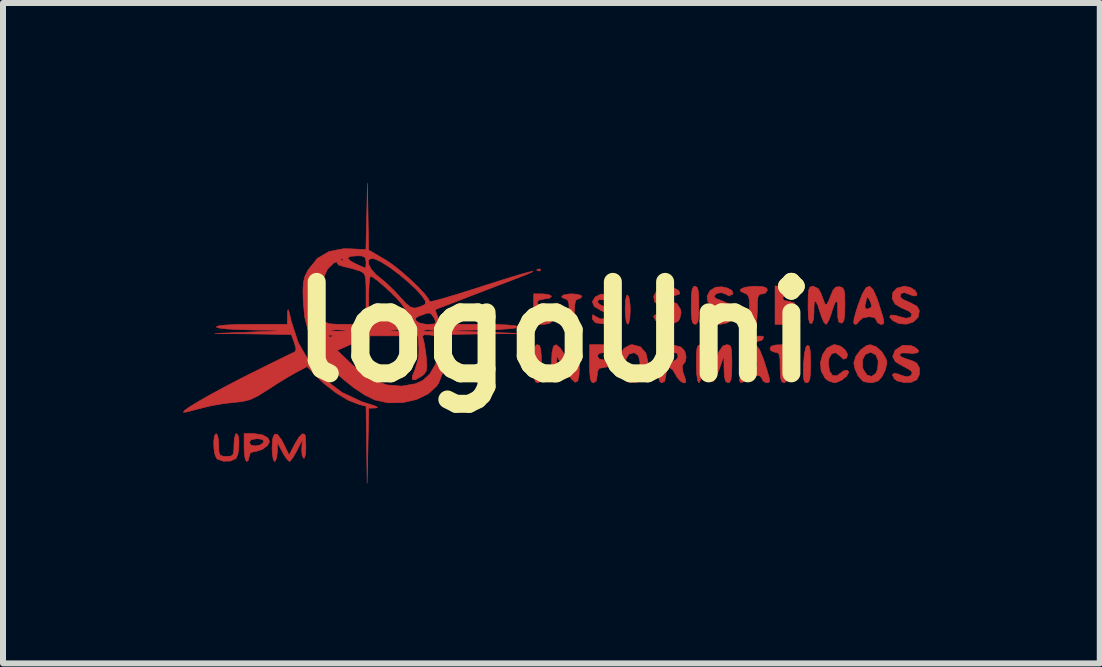
<source format=kicad_pcb>
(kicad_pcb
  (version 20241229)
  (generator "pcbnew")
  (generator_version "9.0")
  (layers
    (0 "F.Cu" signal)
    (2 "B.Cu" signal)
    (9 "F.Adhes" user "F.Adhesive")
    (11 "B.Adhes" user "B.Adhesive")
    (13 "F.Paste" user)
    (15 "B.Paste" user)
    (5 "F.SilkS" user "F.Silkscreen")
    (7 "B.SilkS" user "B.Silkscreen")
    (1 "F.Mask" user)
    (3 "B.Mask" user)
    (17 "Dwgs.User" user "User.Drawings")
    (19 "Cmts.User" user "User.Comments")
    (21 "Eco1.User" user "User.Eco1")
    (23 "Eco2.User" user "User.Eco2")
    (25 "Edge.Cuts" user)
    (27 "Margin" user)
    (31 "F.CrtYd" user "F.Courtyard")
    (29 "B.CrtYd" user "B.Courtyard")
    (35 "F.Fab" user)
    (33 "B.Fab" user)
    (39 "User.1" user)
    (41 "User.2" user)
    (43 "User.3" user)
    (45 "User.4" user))
  (footprint "logoUni"
    (layer "F.Cu")
    (at 6.183 2.482)
    (property "Reference" "logoUni" (at 0 0 0) (layer "F.SilkS") (effects (font (size 1.524 1.524) (thickness 0.3))))
    (attr through_hole)
    (fp_poly (pts (xy -0.226 -1.044) (xy -0.232 -1.019) (xy -0.254 -1.016) (xy -0.289 -1.031) (xy -0.282 -1.044) (xy -0.232 -1.049) (xy -0.226 -1.044)) (stroke (width 0.01) (type solid)) (fill yes) (layer "F.Cu"))
    (fp_poly (pts (xy 3.477 0.072) (xy 3.492 0.084) (xy 3.478 0.125) (xy 3.446 0.144) (xy 3.344 0.168) (xy 3.303 0.14) (xy 3.302 0.132) (xy 3.337 0.092) (xy 3.41 0.068) (xy 3.477 0.072)) (stroke (width 0.01) (type solid)) (fill yes) (layer "F.Cu"))
    (fp_poly (pts (xy 1.251 -0.56) (xy 1.267 -0.45) (xy 1.27 -0.357) (xy 1.263 -0.231) (xy 1.245 -0.147) (xy 1.228 -0.127) (xy 1.205 -0.166) (xy 1.19 -0.267) (xy 1.185 -0.383) (xy 1.192 -0.529) (xy 1.209 -0.606) (xy 1.228 -0.614) (xy 1.251 -0.56)) (stroke (width 0.01) (type solid)) (fill yes) (layer "F.Cu"))
    (fp_poly (pts (xy 4.251 0.237) (xy 4.268 0.31) (xy 4.275 0.453) (xy 4.276 0.526) (xy 4.273 0.693) (xy 4.261 0.792) (xy 4.238 0.838) (xy 4.21 0.847) (xy 4.176 0.833) (xy 4.158 0.78) (xy 4.154 0.672) (xy 4.157 0.543) (xy 4.172 0.361) (xy 4.198 0.251) (xy 4.223 0.222) (xy 4.251 0.237)) (stroke (width 0.01) (type solid)) (fill yes) (layer "F.Cu"))
    (fp_poly (pts (xy -0.242 0.228) (xy -0.222 0.288) (xy -0.213 0.407) (xy -0.212 0.529) (xy -0.215 0.697) (xy -0.227 0.795) (xy -0.251 0.839) (xy -0.275 0.847) (xy -0.309 0.83) (xy -0.328 0.77) (xy -0.337 0.651) (xy -0.339 0.529) (xy -0.335 0.362) (xy -0.323 0.263) (xy -0.3 0.219) (xy -0.275 0.212) (xy -0.242 0.228)) (stroke (width 0.01) (type solid)) (fill yes) (layer "F.Cu"))
    (fp_poly (pts (xy 2.383 -0.745) (xy 2.403 -0.685) (xy 2.412 -0.566) (xy 2.413 -0.445) (xy 2.41 -0.277) (xy 2.398 -0.179) (xy 2.374 -0.134) (xy 2.349 -0.127) (xy 2.316 -0.144) (xy 2.296 -0.204) (xy 2.287 -0.323) (xy 2.286 -0.445) (xy 2.289 -0.612) (xy 2.301 -0.71) (xy 2.325 -0.755) (xy 2.349 -0.762) (xy 2.383 -0.745)) (stroke (width 0.01) (type solid)) (fill yes) (layer "F.Cu"))
    (fp_poly (pts (xy 0.402 -0.626) (xy 0.461 -0.602) (xy 0.466 -0.593) (xy 0.431 -0.555) (xy 0.402 -0.55) (xy 0.362 -0.528) (xy 0.343 -0.449) (xy 0.339 -0.339) (xy 0.331 -0.218) (xy 0.312 -0.141) (xy 0.296 -0.127) (xy 0.272 -0.165) (xy 0.257 -0.262) (xy 0.254 -0.339) (xy 0.247 -0.472) (xy 0.224 -0.537) (xy 0.191 -0.55) (xy 0.134 -0.573) (xy 0.127 -0.593) (xy 0.165 -0.619) (xy 0.258 -0.634) (xy 0.296 -0.635) (xy 0.402 -0.626)) (stroke (width 0.01) (type solid)) (fill yes) (layer "F.Cu"))
    (fp_poly (pts (xy 0.909 0.22) (xy 0.966 0.248) (xy 0.974 0.275) (xy 0.936 0.326) (xy 0.847 0.339) (xy 0.746 0.358) (xy 0.72 0.402) (xy 0.756 0.453) (xy 0.826 0.466) (xy 0.911 0.488) (xy 0.931 0.529) (xy 0.895 0.58) (xy 0.826 0.593) (xy 0.75 0.606) (xy 0.722 0.664) (xy 0.72 0.72) (xy 0.701 0.82) (xy 0.656 0.847) (xy 0.623 0.83) (xy 0.603 0.77) (xy 0.594 0.651) (xy 0.593 0.529) (xy 0.593 0.212) (xy 0.783 0.212) (xy 0.909 0.22)) (stroke (width 0.01) (type solid)) (fill yes) (layer "F.Cu"))
    (fp_poly (pts (xy -0.093 -0.624) (xy -0.044 -0.598) (xy -0.042 -0.593) (xy -0.079 -0.562) (xy -0.162 -0.55) (xy -0.258 -0.53) (xy -0.282 -0.487) (xy -0.246 -0.436) (xy -0.183 -0.423) (xy -0.107 -0.408) (xy -0.085 -0.381) (xy -0.121 -0.348) (xy -0.183 -0.339) (xy -0.263 -0.315) (xy -0.282 -0.275) (xy -0.245 -0.225) (xy -0.162 -0.212) (xy -0.076 -0.199) (xy -0.042 -0.169) (xy -0.08 -0.141) (xy -0.171 -0.127) (xy -0.191 -0.127) (xy -0.339 -0.127) (xy -0.339 -0.635) (xy -0.191 -0.635) (xy -0.093 -0.624)) (stroke (width 0.01) (type solid)) (fill yes) (layer "F.Cu"))
    (fp_poly (pts (xy 3.884 -0.754) (xy 4.013 -0.735) (xy 4.076 -0.705) (xy 4.069 -0.673) (xy 3.985 -0.647) (xy 3.948 -0.643) (xy 3.85 -0.615) (xy 3.809 -0.569) (xy 3.83 -0.526) (xy 3.916 -0.508) (xy 4.001 -0.486) (xy 4.022 -0.445) (xy 3.985 -0.393) (xy 3.916 -0.381) (xy 3.829 -0.362) (xy 3.809 -0.318) (xy 3.852 -0.272) (xy 3.944 -0.246) (xy 4.062 -0.221) (xy 4.101 -0.186) (xy 4.068 -0.152) (xy 3.967 -0.13) (xy 3.898 -0.127) (xy 3.683 -0.127) (xy 3.683 -0.767) (xy 3.884 -0.754)) (stroke (width 0.01) (type solid)) (fill yes) (layer "F.Cu"))
    (fp_poly (pts (xy 3.479 -0.755) (xy 3.543 -0.731) (xy 3.556 -0.699) (xy 3.521 -0.647) (xy 3.471 -0.635) (xy 3.424 -0.626) (xy 3.398 -0.585) (xy 3.388 -0.494) (xy 3.387 -0.381) (xy 3.382 -0.234) (xy 3.365 -0.154) (xy 3.331 -0.128) (xy 3.323 -0.127) (xy 3.286 -0.147) (xy 3.266 -0.217) (xy 3.26 -0.353) (xy 3.26 -0.376) (xy 3.256 -0.518) (xy 3.24 -0.598) (xy 3.204 -0.636) (xy 3.171 -0.648) (xy 3.105 -0.68) (xy 3.111 -0.714) (xy 3.178 -0.744) (xy 3.293 -0.76) (xy 3.347 -0.762) (xy 3.479 -0.755)) (stroke (width 0.01) (type solid)) (fill yes) (layer "F.Cu"))
    (fp_poly (pts (xy 3.972 0.217) (xy 4.044 0.237) (xy 4.064 0.275) (xy 4.029 0.327) (xy 3.979 0.339) (xy 3.932 0.348) (xy 3.906 0.389) (xy 3.896 0.48) (xy 3.895 0.593) (xy 3.89 0.74) (xy 3.873 0.819) (xy 3.839 0.846) (xy 3.831 0.847) (xy 3.794 0.827) (xy 3.774 0.758) (xy 3.768 0.623) (xy 3.768 0.593) (xy 3.765 0.451) (xy 3.751 0.374) (xy 3.72 0.343) (xy 3.683 0.339) (xy 3.614 0.312) (xy 3.598 0.275) (xy 3.619 0.237) (xy 3.693 0.217) (xy 3.831 0.212) (xy 3.972 0.217)) (stroke (width 0.01) (type solid)) (fill yes) (layer "F.Cu"))
    (fp_poly (pts (xy -4.864 1.713) (xy -4.77 1.764) (xy -4.741 1.826) (xy -4.777 1.894) (xy -4.862 1.957) (xy -4.961 1.989) (xy -4.977 1.99) (xy -5.059 2.011) (xy -5.08 2.074) (xy -5.098 2.143) (xy -5.122 2.159) (xy -5.146 2.121) (xy -5.161 2.022) (xy -5.165 1.926) (xy -5.165 1.844) (xy -5.08 1.844) (xy -5.047 1.887) (xy -4.972 1.899) (xy -4.89 1.881) (xy -4.838 1.836) (xy -4.836 1.831) (xy -4.858 1.791) (xy -4.949 1.778) (xy -5.05 1.795) (xy -5.08 1.844) (xy -5.165 1.844) (xy -5.165 1.693) (xy -5.004 1.693) (xy -4.864 1.713)) (stroke (width 0.01) (type solid)) (fill yes) (layer "F.Cu"))
    (fp_poly (pts (xy 0.103 0.268) (xy 0.193 0.403) (xy 0.199 0.413) (xy 0.318 0.614) (xy 0.33 0.413) (xy 0.346 0.276) (xy 0.368 0.217) (xy 0.391 0.231) (xy 0.411 0.311) (xy 0.422 0.452) (xy 0.423 0.529) (xy 0.417 0.714) (xy 0.395 0.817) (xy 0.353 0.839) (xy 0.288 0.782) (xy 0.195 0.647) (xy 0.181 0.624) (xy 0.045 0.402) (xy 0.044 0.624) (xy 0.036 0.749) (xy 0.016 0.829) (xy 0 0.847) (xy -0.021 0.807) (xy -0.036 0.701) (xy -0.042 0.544) (xy -0.042 0.529) (xy -0.034 0.342) (xy -0.009 0.236) (xy 0.036 0.212) (xy 0.103 0.268)) (stroke (width 0.01) (type solid)) (fill yes) (layer "F.Cu"))
    (fp_poly (pts (xy 0.89 -0.608) (xy 0.931 -0.572) (xy 0.956 -0.53) (xy 0.923 -0.522) (xy 0.852 -0.534) (xy 0.751 -0.539) (xy 0.719 -0.508) (xy 0.757 -0.46) (xy 0.843 -0.418) (xy 0.957 -0.355) (xy 0.993 -0.277) (xy 0.948 -0.192) (xy 0.835 -0.134) (xy 0.695 -0.152) (xy 0.688 -0.155) (xy 0.641 -0.211) (xy 0.635 -0.245) (xy 0.647 -0.289) (xy 0.686 -0.262) (xy 0.769 -0.219) (xy 0.86 -0.219) (xy 0.909 -0.253) (xy 0.891 -0.293) (xy 0.815 -0.343) (xy 0.785 -0.356) (xy 0.67 -0.426) (xy 0.638 -0.503) (xy 0.686 -0.584) (xy 0.785 -0.632) (xy 0.89 -0.608)) (stroke (width 0.01) (type solid)) (fill yes) (layer "F.Cu"))
    (fp_poly (pts (xy -5.264 1.73) (xy -5.251 1.82) (xy -5.253 1.932) (xy -5.269 2.038) (xy -5.298 2.106) (xy -5.3 2.108) (xy -5.392 2.151) (xy -5.511 2.154) (xy -5.611 2.118) (xy -5.622 2.108) (xy -5.652 2.042) (xy -5.668 1.938) (xy -5.671 1.825) (xy -5.659 1.733) (xy -5.632 1.693) (xy -5.63 1.693) (xy -5.605 1.731) (xy -5.59 1.827) (xy -5.588 1.884) (xy -5.584 2.001) (xy -5.563 2.056) (xy -5.509 2.073) (xy -5.461 2.074) (xy -5.383 2.069) (xy -5.346 2.037) (xy -5.335 1.956) (xy -5.334 1.884) (xy -5.326 1.77) (xy -5.304 1.702) (xy -5.292 1.693) (xy -5.264 1.73)) (stroke (width 0.01) (type solid)) (fill yes) (layer "F.Cu"))
    (fp_poly (pts (xy 4.777 0.238) (xy 4.852 0.3) (xy 4.891 0.374) (xy 4.876 0.433) (xy 4.825 0.455) (xy 4.769 0.404) (xy 4.769 0.404) (xy 4.694 0.345) (xy 4.627 0.361) (xy 4.581 0.441) (xy 4.572 0.523) (xy 4.591 0.652) (xy 4.641 0.725) (xy 4.711 0.731) (xy 4.755 0.7) (xy 4.831 0.646) (xy 4.891 0.639) (xy 4.911 0.671) (xy 4.876 0.736) (xy 4.795 0.802) (xy 4.701 0.843) (xy 4.67 0.847) (xy 4.576 0.817) (xy 4.515 0.769) (xy 4.451 0.649) (xy 4.44 0.51) (xy 4.475 0.376) (xy 4.548 0.269) (xy 4.653 0.214) (xy 4.685 0.212) (xy 4.777 0.238)) (stroke (width 0.01) (type solid)) (fill yes) (layer "F.Cu"))
    (fp_poly (pts (xy 1.44 0.248) (xy 1.53 0.351) (xy 1.566 0.508) (xy 1.566 0.525) (xy 1.538 0.686) (xy 1.464 0.796) (xy 1.359 0.847) (xy 1.238 0.829) (xy 1.143 0.762) (xy 1.078 0.649) (xy 1.07 0.564) (xy 1.194 0.564) (xy 1.221 0.659) (xy 1.279 0.746) (xy 1.341 0.75) (xy 1.395 0.701) (xy 1.426 0.619) (xy 1.432 0.504) (xy 1.432 0.5) (xy 1.407 0.396) (xy 1.348 0.351) (xy 1.324 0.347) (xy 1.246 0.37) (xy 1.199 0.45) (xy 1.194 0.564) (xy 1.07 0.564) (xy 1.065 0.514) (xy 1.097 0.381) (xy 1.167 0.273) (xy 1.268 0.216) (xy 1.305 0.212) (xy 1.44 0.248)) (stroke (width 0.01) (type solid)) (fill yes) (layer "F.Cu"))
    (fp_poly (pts (xy 5.371 0.248) (xy 5.467 0.336) (xy 5.532 0.447) (xy 5.546 0.516) (xy 5.521 0.633) (xy 5.461 0.75) (xy 5.402 0.814) (xy 5.322 0.841) (xy 5.271 0.845) (xy 5.177 0.831) (xy 5.139 0.814) (xy 5.068 0.732) (xy 5.013 0.612) (xy 5.008 0.584) (xy 5.14 0.584) (xy 5.151 0.621) (xy 5.214 0.717) (xy 5.292 0.741) (xy 5.361 0.693) (xy 5.392 0.62) (xy 5.402 0.482) (xy 5.362 0.382) (xy 5.28 0.339) (xy 5.27 0.339) (xy 5.187 0.375) (xy 5.14 0.465) (xy 5.14 0.584) (xy 5.008 0.584) (xy 4.995 0.516) (xy 5.028 0.406) (xy 5.108 0.299) (xy 5.208 0.227) (xy 5.271 0.212) (xy 5.371 0.248)) (stroke (width 0.01) (type solid)) (fill yes) (layer "F.Cu"))
    (fp_poly (pts (xy -4.153 1.709) (xy -4.144 1.746) (xy -4.136 1.914) (xy -4.142 2.037) (xy -4.16 2.101) (xy -4.172 2.106) (xy -4.197 2.061) (xy -4.205 1.966) (xy -4.204 1.947) (xy -4.195 1.799) (xy -4.286 1.979) (xy -4.346 2.085) (xy -4.394 2.149) (xy -4.41 2.159) (xy -4.448 2.125) (xy -4.505 2.04) (xy -4.527 2) (xy -4.611 1.841) (xy -4.612 2) (xy -4.624 2.102) (xy -4.649 2.156) (xy -4.657 2.159) (xy -4.68 2.121) (xy -4.695 2.022) (xy -4.699 1.926) (xy -4.688 1.773) (xy -4.656 1.701) (xy -4.606 1.711) (xy -4.537 1.804) (xy -4.502 1.873) (xy -4.415 2.052) (xy -4.323 1.873) (xy -4.251 1.754) (xy -4.192 1.697) (xy -4.153 1.709)) (stroke (width 0.01) (type solid)) (fill yes) (layer "F.Cu"))
    (fp_poly (pts (xy 5.95 0.228) (xy 6.015 0.256) (xy 6.076 0.307) (xy 6.063 0.344) (xy 5.986 0.359) (xy 5.905 0.352) (xy 5.797 0.349) (xy 5.756 0.377) (xy 5.789 0.418) (xy 5.874 0.45) (xy 5.979 0.485) (xy 6.043 0.519) (xy 6.089 0.601) (xy 6.088 0.709) (xy 6.045 0.796) (xy 5.955 0.837) (xy 5.833 0.843) (xy 5.72 0.816) (xy 5.672 0.782) (xy 5.638 0.714) (xy 5.669 0.686) (xy 5.751 0.706) (xy 5.775 0.718) (xy 5.877 0.748) (xy 5.949 0.726) (xy 5.969 0.675) (xy 5.934 0.635) (xy 5.846 0.586) (xy 5.82 0.574) (xy 5.69 0.497) (xy 5.643 0.41) (xy 5.68 0.312) (xy 5.695 0.295) (xy 5.811 0.221) (xy 5.95 0.228)) (stroke (width 0.01) (type solid)) (fill yes) (layer "F.Cu"))
    (fp_poly (pts (xy 5.937 -0.742) (xy 6.014 -0.694) (xy 6.049 -0.637) (xy 6.037 -0.604) (xy 5.983 -0.601) (xy 5.923 -0.627) (xy 5.837 -0.657) (xy 5.776 -0.639) (xy 5.768 -0.583) (xy 5.814 -0.542) (xy 5.91 -0.498) (xy 5.929 -0.492) (xy 6.049 -0.427) (xy 6.088 -0.355) (xy 6.068 -0.246) (xy 5.989 -0.168) (xy 5.874 -0.13) (xy 5.745 -0.14) (xy 5.649 -0.187) (xy 5.594 -0.246) (xy 5.608 -0.28) (xy 5.68 -0.279) (xy 5.753 -0.256) (xy 5.865 -0.228) (xy 5.941 -0.243) (xy 5.962 -0.295) (xy 5.959 -0.306) (xy 5.912 -0.347) (xy 5.817 -0.391) (xy 5.798 -0.397) (xy 5.684 -0.465) (xy 5.634 -0.558) (xy 5.643 -0.653) (xy 5.711 -0.729) (xy 5.833 -0.762) (xy 5.842 -0.762) (xy 5.937 -0.742)) (stroke (width 0.01) (type solid)) (fill yes) (layer "F.Cu"))
    (fp_poly (pts (xy 3.425 0.294) (xy 3.491 0.456) (xy 3.505 0.5) (xy 3.558 0.667) (xy 3.587 0.77) (xy 3.591 0.823) (xy 3.574 0.843) (xy 3.536 0.847) (xy 3.535 0.847) (xy 3.479 0.813) (xy 3.471 0.783) (xy 3.434 0.733) (xy 3.343 0.72) (xy 3.239 0.74) (xy 3.19 0.783) (xy 3.148 0.837) (xy 3.105 0.84) (xy 3.09 0.803) (xy 3.103 0.742) (xy 3.135 0.627) (xy 3.166 0.526) (xy 3.276 0.526) (xy 3.28 0.582) (xy 3.319 0.593) (xy 3.377 0.566) (xy 3.386 0.54) (xy 3.372 0.479) (xy 3.342 0.421) (xy 3.313 0.391) (xy 3.303 0.409) (xy 3.288 0.491) (xy 3.276 0.526) (xy 3.166 0.526) (xy 3.179 0.485) (xy 3.244 0.312) (xy 3.305 0.222) (xy 3.364 0.216) (xy 3.425 0.294)) (stroke (width 0.01) (type solid)) (fill yes) (layer "F.Cu"))
    (fp_poly (pts (xy 5.318 -0.703) (xy 5.381 -0.561) (xy 5.41 -0.473) (xy 5.463 -0.306) (xy 5.492 -0.204) (xy 5.496 -0.151) (xy 5.479 -0.13) (xy 5.441 -0.127) (xy 5.44 -0.127) (xy 5.384 -0.161) (xy 5.376 -0.191) (xy 5.339 -0.241) (xy 5.248 -0.254) (xy 5.144 -0.234) (xy 5.095 -0.191) (xy 5.044 -0.134) (xy 5.015 -0.127) (xy 4.993 -0.148) (xy 4.999 -0.22) (xy 5.036 -0.353) (xy 5.066 -0.445) (xy 5.067 -0.448) (xy 5.181 -0.448) (xy 5.185 -0.391) (xy 5.224 -0.381) (xy 5.282 -0.408) (xy 5.291 -0.434) (xy 5.277 -0.495) (xy 5.247 -0.553) (xy 5.218 -0.582) (xy 5.208 -0.564) (xy 5.193 -0.482) (xy 5.181 -0.448) (xy 5.067 -0.448) (xy 5.137 -0.634) (xy 5.201 -0.74) (xy 5.259 -0.762) (xy 5.318 -0.703)) (stroke (width 0.01) (type solid)) (fill yes) (layer "F.Cu"))
    (fp_poly (pts (xy 2.002 -0.731) (xy 2.074 -0.692) (xy 2.096 -0.647) (xy 2.085 -0.629) (xy 2.014 -0.608) (xy 1.96 -0.628) (xy 1.879 -0.649) (xy 1.813 -0.635) (xy 1.786 -0.598) (xy 1.82 -0.551) (xy 1.82 -0.551) (xy 1.912 -0.514) (xy 1.949 -0.509) (xy 2.049 -0.47) (xy 2.109 -0.375) (xy 2.117 -0.318) (xy 2.094 -0.22) (xy 2.066 -0.178) (xy 1.976 -0.137) (xy 1.853 -0.13) (xy 1.74 -0.157) (xy 1.692 -0.192) (xy 1.658 -0.26) (xy 1.689 -0.288) (xy 1.772 -0.268) (xy 1.795 -0.256) (xy 1.897 -0.226) (xy 1.97 -0.248) (xy 1.99 -0.298) (xy 1.954 -0.339) (xy 1.868 -0.388) (xy 1.847 -0.397) (xy 1.744 -0.449) (xy 1.679 -0.498) (xy 1.675 -0.504) (xy 1.661 -0.595) (xy 1.708 -0.686) (xy 1.799 -0.744) (xy 1.805 -0.746) (xy 1.904 -0.752) (xy 2.002 -0.731)) (stroke (width 0.01) (type solid)) (fill yes) (layer "F.Cu"))
    (fp_poly (pts (xy 2.893 -0.731) (xy 2.963 -0.691) (xy 2.983 -0.644) (xy 2.972 -0.626) (xy 2.911 -0.603) (xy 2.865 -0.629) (xy 2.79 -0.656) (xy 2.711 -0.643) (xy 2.668 -0.598) (xy 2.667 -0.589) (xy 2.703 -0.555) (xy 2.792 -0.521) (xy 2.801 -0.518) (xy 2.913 -0.468) (xy 2.99 -0.399) (xy 3.024 -0.322) (xy 3 -0.248) (xy 2.982 -0.22) (xy 2.89 -0.152) (xy 2.766 -0.126) (xy 2.645 -0.147) (xy 2.581 -0.192) (xy 2.547 -0.26) (xy 2.578 -0.288) (xy 2.661 -0.268) (xy 2.684 -0.256) (xy 2.786 -0.226) (xy 2.859 -0.248) (xy 2.879 -0.298) (xy 2.843 -0.339) (xy 2.757 -0.388) (xy 2.736 -0.397) (xy 2.633 -0.449) (xy 2.568 -0.498) (xy 2.564 -0.504) (xy 2.55 -0.595) (xy 2.597 -0.686) (xy 2.688 -0.744) (xy 2.694 -0.746) (xy 2.795 -0.752) (xy 2.893 -0.731)) (stroke (width 0.01) (type solid)) (fill yes) (layer "F.Cu"))
    (fp_poly (pts (xy 2.014 0.224) (xy 2.115 0.253) (xy 2.119 0.255) (xy 2.179 0.323) (xy 2.201 0.42) (xy 2.182 0.506) (xy 2.157 0.53) (xy 2.134 0.575) (xy 2.148 0.669) (xy 2.191 0.794) (xy 2.193 0.845) (xy 2.156 0.849) (xy 2.1 0.814) (xy 2.047 0.75) (xy 2.032 0.72) (xy 1.979 0.632) (xy 1.924 0.593) (xy 1.921 0.593) (xy 1.876 0.631) (xy 1.863 0.72) (xy 1.844 0.82) (xy 1.799 0.847) (xy 1.766 0.83) (xy 1.746 0.77) (xy 1.737 0.651) (xy 1.736 0.529) (xy 1.736 0.426) (xy 1.863 0.426) (xy 1.883 0.492) (xy 1.957 0.5) (xy 1.957 0.5) (xy 2.038 0.461) (xy 2.066 0.413) (xy 2.054 0.356) (xy 1.978 0.339) (xy 1.972 0.339) (xy 1.888 0.357) (xy 1.863 0.422) (xy 1.863 0.426) (xy 1.736 0.426) (xy 1.736 0.212) (xy 1.887 0.212) (xy 2.014 0.224)) (stroke (width 0.01) (type solid)) (fill yes) (layer "F.Cu"))
    (fp_poly (pts (xy 2.921 0.219) (xy 2.947 0.252) (xy 2.959 0.33) (xy 2.963 0.468) (xy 2.963 0.529) (xy 2.96 0.697) (xy 2.948 0.795) (xy 2.924 0.839) (xy 2.9 0.847) (xy 2.86 0.824) (xy 2.839 0.746) (xy 2.833 0.624) (xy 2.83 0.402) (xy 2.755 0.614) (xy 2.708 0.732) (xy 2.665 0.809) (xy 2.646 0.826) (xy 2.613 0.789) (xy 2.568 0.695) (xy 2.536 0.614) (xy 2.462 0.402) (xy 2.459 0.624) (xy 2.45 0.749) (xy 2.43 0.829) (xy 2.413 0.847) (xy 2.392 0.807) (xy 2.377 0.701) (xy 2.371 0.544) (xy 2.371 0.529) (xy 2.373 0.366) (xy 2.382 0.271) (xy 2.403 0.225) (xy 2.441 0.212) (xy 2.452 0.212) (xy 2.519 0.243) (xy 2.578 0.345) (xy 2.595 0.392) (xy 2.64 0.497) (xy 2.672 0.522) (xy 2.682 0.508) (xy 2.715 0.422) (xy 2.749 0.328) (xy 2.813 0.234) (xy 2.878 0.212) (xy 2.921 0.219)) (stroke (width 0.01) (type solid)) (fill yes) (layer "F.Cu"))
    (fp_poly (pts (xy 4.403 -0.722) (xy 4.447 -0.646) (xy 4.487 -0.538) (xy 4.515 -0.466) (xy 4.542 -0.456) (xy 4.581 -0.528) (xy 4.602 -0.584) (xy 4.65 -0.699) (xy 4.699 -0.749) (xy 4.756 -0.754) (xy 4.804 -0.74) (xy 4.831 -0.701) (xy 4.844 -0.619) (xy 4.847 -0.475) (xy 4.847 -0.445) (xy 4.843 -0.283) (xy 4.83 -0.191) (xy 4.804 -0.152) (xy 4.784 -0.148) (xy 4.744 -0.169) (xy 4.728 -0.243) (xy 4.727 -0.354) (xy 4.725 -0.477) (xy 4.708 -0.518) (xy 4.677 -0.476) (xy 4.633 -0.353) (xy 4.62 -0.307) (xy 4.581 -0.198) (xy 4.543 -0.134) (xy 4.53 -0.127) (xy 4.496 -0.164) (xy 4.455 -0.257) (xy 4.44 -0.307) (xy 4.393 -0.452) (xy 4.358 -0.516) (xy 4.337 -0.498) (xy 4.331 -0.398) (xy 4.332 -0.358) (xy 4.326 -0.215) (xy 4.296 -0.143) (xy 4.286 -0.138) (xy 4.258 -0.152) (xy 4.241 -0.225) (xy 4.234 -0.368) (xy 4.233 -0.441) (xy 4.235 -0.604) (xy 4.244 -0.7) (xy 4.265 -0.747) (xy 4.301 -0.761) (xy 4.319 -0.762) (xy 4.403 -0.722)) (stroke (width 0.01) (type solid)) (fill yes) (layer "F.Cu"))
    (fp_poly (pts (xy -4.41 -0.31) (xy -4.382 -0.185) (xy -4.263 0.178) (xy -4.075 0.505) (xy -3.829 0.785) (xy -3.534 1.008) (xy -3.2 1.164) (xy -3.125 1.188) (xy -2.992 1.229) (xy -2.94 1.256) (xy -2.97 1.267) (xy -2.973 1.267) (xy -3.088 1.27) (xy -3.101 1.894) (xy -3.114 2.519) (xy -3.133 1.237) (xy -3.249 1.208) (xy -3.432 1.136) (xy -3.638 1.012) (xy -3.839 0.854) (xy -3.928 0.769) (xy -4.115 0.576) (xy -4.303 0.676) (xy -4.433 0.75) (xy -4.599 0.851) (xy -4.765 0.959) (xy -4.775 0.965) (xy -4.938 1.067) (xy -5.066 1.128) (xy -5.193 1.159) (xy -5.313 1.172) (xy -5.504 1.193) (xy -5.707 1.228) (xy -5.8 1.25) (xy -5.95 1.288) (xy -6.082 1.322) (xy -6.138 1.336) (xy -6.178 1.336) (xy -6.15 1.303) (xy -6.06 1.24) (xy -5.917 1.153) (xy -5.727 1.045) (xy -5.498 0.921) (xy -5.238 0.785) (xy -5.072 0.701) (xy -4.846 0.589) (xy -4.645 0.489) (xy -4.482 0.409) (xy -4.369 0.355) (xy -4.32 0.332) (xy -4.299 0.287) (xy -4.327 0.18) (xy -4.327 0.18) (xy -4.379 0.042) (xy -5.015 0.033) (xy -5.652 0.025) (xy -5.016 0) (xy -4.381 -0.025) (xy -5.006 -0.033) (xy -5.257 -0.04) (xy -5.45 -0.05) (xy -5.577 -0.065) (xy -5.629 -0.082) (xy -5.63 -0.085) (xy -5.589 -0.102) (xy -5.472 -0.116) (xy -5.285 -0.124) (xy -5.038 -0.127) (xy -4.445 -0.127) (xy -4.442 -0.286) (xy -4.438 -0.361) (xy -4.429 -0.371) (xy -4.41 -0.31)) (stroke (width 0.01) (type solid)) (fill yes) (layer "F.Cu"))
    (fp_poly (pts (xy -3.1 -1.921) (xy -3.09 -1.366) (xy -2.809 -1.201) (xy -2.685 -1.118) (xy -2.542 -1.004) (xy -2.395 -0.875) (xy -2.26 -0.745) (xy -2.153 -0.629) (xy -2.087 -0.541) (xy -2.074 -0.506) (xy -2.036 -0.51) (xy -1.929 -0.536) (xy -1.766 -0.583) (xy -1.557 -0.646) (xy -1.316 -0.722) (xy -1.24 -0.746) (xy -0.936 -0.844) (xy -0.692 -0.919) (xy -0.512 -0.973) (xy -0.397 -1.003) (xy -0.352 -1.01) (xy -0.38 -0.992) (xy -0.483 -0.948) (xy -0.593 -0.906) (xy -0.738 -0.85) (xy -0.938 -0.774) (xy -1.166 -0.686) (xy -1.398 -0.597) (xy -1.425 -0.587) (xy -1.982 -0.372) (xy -1.939 -0.249) (xy -1.897 -0.127) (xy -1.245 -0.127) (xy -0.981 -0.124) (xy -0.781 -0.117) (xy -0.649 -0.104) (xy -0.594 -0.088) (xy -0.593 -0.085) (xy -0.634 -0.067) (xy -0.751 -0.053) (xy -0.936 -0.041) (xy -1.182 -0.034) (xy -1.238 -0.033) (xy -1.884 -0.025) (xy -1.228 0) (xy -0.572 0.025) (xy -1.201 0.033) (xy -1.831 0.042) (xy -1.804 0.211) (xy -1.8 0.422) (xy -1.842 0.647) (xy -1.921 0.846) (xy -1.955 0.9) (xy -2.096 1.031) (xy -2.292 1.125) (xy -2.522 1.177) (xy -2.761 1.181) (xy -2.985 1.134) (xy -3.148 1.054) (xy -3.34 0.927) (xy -3.534 0.771) (xy -3.707 0.607) (xy -3.801 0.499) (xy -3.933 0.307) (xy -3.614 0.307) (xy -3.398 0.513) (xy -3.288 0.615) (xy -3.202 0.689) (xy -3.158 0.72) (xy -3.157 0.72) (xy -3.145 0.681) (xy -3.137 0.584) (xy -3.085 0.584) (xy -3.08 0.693) (xy -3.062 0.756) (xy -3.027 0.792) (xy -3.01 0.802) (xy -2.786 0.882) (xy -2.544 0.903) (xy -2.314 0.864) (xy -2.19 0.81) (xy -2.072 0.702) (xy -1.977 0.541) (xy -1.921 0.359) (xy -1.913 0.224) (xy -1.929 0.118) (xy -1.969 0.07) (xy -2.057 0.051) (xy -2.069 0.05) (xy -2.164 0.047) (xy -2.193 0.069) (xy -2.182 0.113) (xy -2.161 0.198) (xy -2.14 0.331) (xy -2.129 0.428) (xy -2.119 0.567) (xy -2.129 0.65) (xy -2.166 0.704) (xy -2.205 0.735) (xy -2.312 0.797) (xy -2.363 0.794) (xy -2.358 0.728) (xy -2.321 0.639) (xy -2.255 0.42) (xy -2.252 0.269) (xy -2.265 0.064) (xy -3.069 0.064) (xy -3.081 0.41) (xy -3.085 0.584) (xy -3.137 0.584) (xy -3.136 0.579) (xy -3.133 0.435) (xy -3.133 0.423) (xy -3.137 0.277) (xy -3.15 0.171) (xy -3.168 0.127) (xy -3.17 0.127) (xy -3.227 0.143) (xy -3.332 0.184) (xy -3.41 0.217) (xy -3.614 0.307) (xy -3.933 0.307) (xy -3.976 0.245) (xy -4.066 0.056) (xy -3.754 0.056) (xy -3.748 0.082) (xy -3.725 0.085) (xy -3.69 0.069) (xy -3.697 0.056) (xy -3.747 0.051) (xy -3.754 0.056) (xy -4.066 0.056) (xy -4.09 0.007) (xy -4.097 -0.021) (xy -3.741 -0.021) (xy -3.693 -0.015) (xy -3.598 -0.013) (xy -3.494 -0.015) (xy -3.455 -0.022) (xy -3.456 -0.023) (xy -2.75 -0.023) (xy -2.705 -0.017) (xy -2.594 -0.014) (xy -2.561 -0.014) (xy -2.441 -0.016) (xy -2.413 -0.019) (xy -2.193 -0.019) (xy -2.142 -0.012) (xy -2.095 -0.011) (xy -2.008 -0.014) (xy -1.986 -0.024) (xy -2 -0.029) (xy -2.101 -0.037) (xy -2.169 -0.03) (xy -2.193 -0.019) (xy -2.413 -0.019) (xy -2.387 -0.021) (xy -2.407 -0.029) (xy -2.425 -0.031) (xy -2.574 -0.038) (xy -2.716 -0.031) (xy -2.721 -0.031) (xy -2.75 -0.023) (xy -3.456 -0.023) (xy -3.482 -0.03) (xy -3.619 -0.037) (xy -3.715 -0.03) (xy -3.741 -0.021) (xy -4.097 -0.021) (xy -4.155 -0.246) (xy -4.18 -0.508) (xy -4.181 -0.565) (xy -3.894 -0.565) (xy -3.892 -0.369) (xy -3.876 -0.242) (xy -3.832 -0.17) (xy -3.747 -0.137) (xy -3.607 -0.127) (xy -3.488 -0.127) (xy -3.133 -0.127) (xy -3.133 -0.532) (xy -3.09 -0.532) (xy -3.09 -0.133) (xy -3.028 -0.154) (xy -2.53 -0.154) (xy -2.521 -0.134) (xy -2.432 -0.127) (xy -2.432 -0.127) (xy -2.36 -0.139) (xy -2.347 -0.165) (xy -2.402 -0.187) (xy -2.455 -0.182) (xy -2.53 -0.154) (xy -3.028 -0.154) (xy -2.802 -0.23) (xy -2.309 -0.23) (xy -2.299 -0.185) (xy -2.235 -0.146) (xy -2.13 -0.127) (xy -2.113 -0.127) (xy -2.009 -0.13) (xy -1.972 -0.151) (xy -1.985 -0.205) (xy -1.998 -0.234) (xy -2.056 -0.312) (xy -2.114 -0.314) (xy -2.216 -0.277) (xy -2.251 -0.266) (xy -2.309 -0.23) (xy -2.802 -0.23) (xy -2.455 -0.346) (xy -2.541 -0.467) (xy -2.612 -0.551) (xy -2.715 -0.655) (xy -2.831 -0.762) (xy -2.941 -0.855) (xy -3.025 -0.916) (xy -3.059 -0.931) (xy -3.072 -0.892) (xy -3.083 -0.787) (xy -3.089 -0.633) (xy -3.09 -0.532) (xy -3.133 -0.532) (xy -3.133 -0.551) (xy -3.133 -0.744) (xy -3.138 -0.869) (xy -3.152 -0.944) (xy -3.178 -0.985) (xy -3.221 -1.01) (xy -3.249 -1.021) (xy -3.38 -1.061) (xy -3.502 -1.089) (xy -3.587 -1.115) (xy -3.615 -1.148) (xy -3.614 -1.153) (xy -3.623 -1.169) (xy -3.672 -1.149) (xy -3.774 -1.05) (xy -3.848 -0.888) (xy -3.889 -0.681) (xy -3.894 -0.565) (xy -4.181 -0.565) (xy -4.184 -0.694) (xy -4.177 -0.823) (xy -4.154 -0.92) (xy -4.11 -1.013) (xy -4.097 -1.036) (xy -3.96 -1.206) (xy -3.556 -1.206) (xy -3.535 -1.185) (xy -3.514 -1.206) (xy -3.535 -1.228) (xy -3.556 -1.206) (xy -3.96 -1.206) (xy -3.946 -1.224) (xy -3.933 -1.232) (xy -3.439 -1.232) (xy -3.397 -1.185) (xy -3.313 -1.139) (xy -3.212 -1.093) (xy -3.15 -1.065) (xy -3.143 -1.062) (xy -3.135 -1.095) (xy -3.134 -1.134) (xy -3.092 -1.134) (xy -3.047 -1.045) (xy -2.964 -0.953) (xy -2.92 -0.918) (xy -2.798 -0.818) (xy -2.66 -0.685) (xy -2.572 -0.589) (xy -2.466 -0.473) (xy -2.391 -0.414) (xy -2.326 -0.398) (xy -2.286 -0.404) (xy -2.191 -0.437) (xy -2.143 -0.466) (xy -2.145 -0.518) (xy -2.203 -0.605) (xy -2.305 -0.716) (xy -2.436 -0.838) (xy -2.584 -0.962) (xy -2.733 -1.073) (xy -2.871 -1.162) (xy -2.984 -1.216) (xy -3.037 -1.227) (xy -3.091 -1.201) (xy -3.092 -1.134) (xy -3.134 -1.134) (xy -3.133 -1.164) (xy -3.144 -1.237) (xy -3.197 -1.266) (xy -3.274 -1.27) (xy -3.397 -1.26) (xy -3.439 -1.232) (xy -3.933 -1.232) (xy -3.751 -1.34) (xy -3.51 -1.387) (xy -3.398 -1.386) (xy -3.135 -1.372) (xy -3.122 -1.924) (xy -3.109 -2.477) (xy -3.1 -1.921)) (stroke (width 0.01) (type solid)) (fill yes) (layer "F.Cu")))
  (gr_rect
    (start -3 -3)
    (end 15.277 8.005)
    (stroke (width 0.1) (type default))
    (fill no)
    (layer "Edge.Cuts")))
</source>
